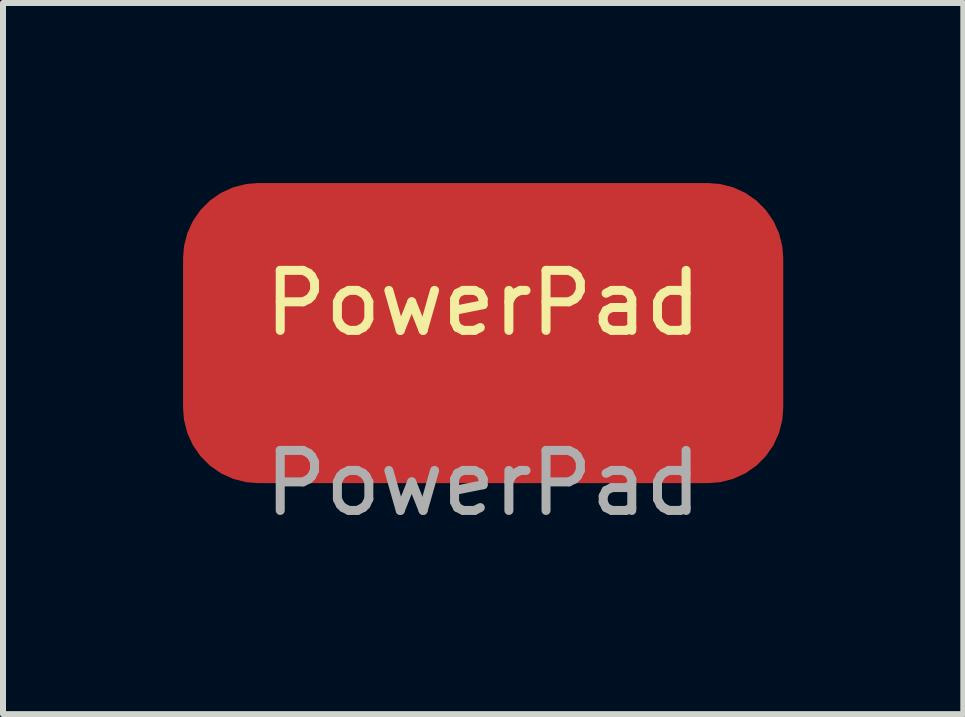
<source format=kicad_pcb>
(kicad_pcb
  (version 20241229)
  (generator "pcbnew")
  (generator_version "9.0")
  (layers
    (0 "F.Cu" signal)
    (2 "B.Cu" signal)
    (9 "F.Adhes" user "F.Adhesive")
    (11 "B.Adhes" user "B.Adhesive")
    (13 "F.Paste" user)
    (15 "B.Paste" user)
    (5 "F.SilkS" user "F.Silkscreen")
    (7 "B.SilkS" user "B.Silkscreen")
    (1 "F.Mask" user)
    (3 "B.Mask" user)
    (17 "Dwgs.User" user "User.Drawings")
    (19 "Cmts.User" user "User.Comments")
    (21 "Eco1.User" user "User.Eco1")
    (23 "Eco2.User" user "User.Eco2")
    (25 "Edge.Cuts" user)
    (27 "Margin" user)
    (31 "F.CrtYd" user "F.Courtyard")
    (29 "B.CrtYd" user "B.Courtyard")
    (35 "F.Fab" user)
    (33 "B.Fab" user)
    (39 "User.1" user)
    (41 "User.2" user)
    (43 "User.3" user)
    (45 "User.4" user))
  (footprint "PowerPad"
    (layer "F.Cu")
    (at 5 2.5)
    (property "Reference" "PowerPad" (at 0 -0.5 0) (unlocked yes) (layer "F.SilkS") (effects (font (size 1 1) (thickness 0.15))))
    (attr smd)
    (fp_text user "${REFERENCE}" (at 0 2.5 0) (unlocked yes) (layer "F.Fab") (effects (font (size 1 1) (thickness 0.15))))
    (pad "1" smd roundrect (at 0 0) (size 10 5) (layers "F.Cu" "F.Mask" "F.Paste") (roundrect_rratio 0.25)))
  (gr_rect
    (start -3 -3)
    (end 13 8.848)
    (stroke (width 0.1) (type default))
    (fill no)
    (layer "Edge.Cuts")))
</source>
